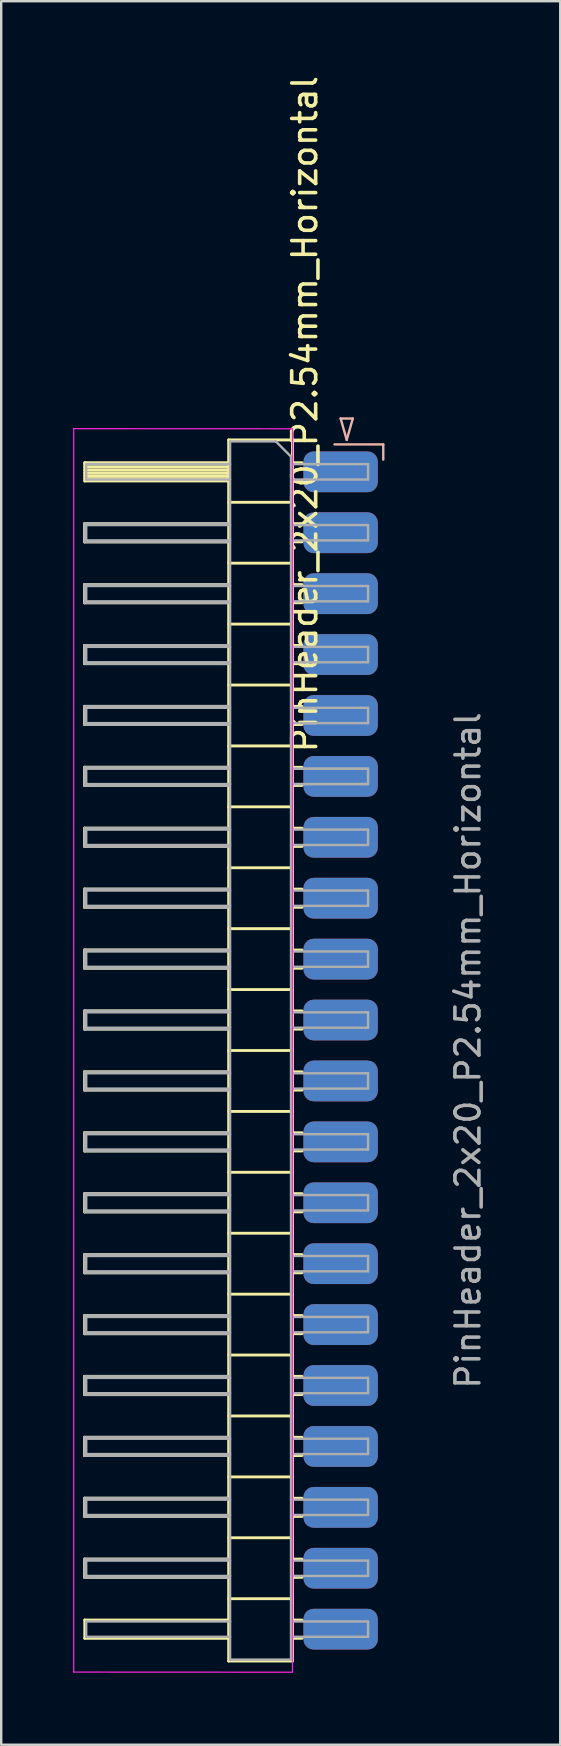
<source format=kicad_pcb>
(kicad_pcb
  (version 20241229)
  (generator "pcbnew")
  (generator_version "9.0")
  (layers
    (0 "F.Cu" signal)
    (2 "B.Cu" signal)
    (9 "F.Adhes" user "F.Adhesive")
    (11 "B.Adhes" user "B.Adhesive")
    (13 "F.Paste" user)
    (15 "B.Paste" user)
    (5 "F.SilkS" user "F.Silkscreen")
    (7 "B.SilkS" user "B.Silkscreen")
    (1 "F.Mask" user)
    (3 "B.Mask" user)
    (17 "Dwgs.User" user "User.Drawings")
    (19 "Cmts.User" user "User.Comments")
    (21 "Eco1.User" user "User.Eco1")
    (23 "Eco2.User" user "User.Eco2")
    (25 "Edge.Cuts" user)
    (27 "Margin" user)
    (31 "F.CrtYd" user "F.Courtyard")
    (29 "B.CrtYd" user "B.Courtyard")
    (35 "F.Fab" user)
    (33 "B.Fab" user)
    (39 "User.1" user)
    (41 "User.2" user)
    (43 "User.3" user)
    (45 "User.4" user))
  (footprint "PinHeader_2x20_P2.54mm_Horizontal"
    (layer "F.Cu")
    (at 11.154 16.625)
    (property "Reference" "PinHeader_2x20_P2.54mm_Horizontal" (at -1.496 -2.405 90) (layer "F.SilkS") (effects (font (size 1 1) (thickness 0.15))))
    (attr through_hole)
    (fp_line (start -10.681 2.161) (end -10.681 2.921) (stroke (width 0.12) (type solid)) (layer "F.SilkS"))
    (fp_line (start -10.681 2.921) (end -4.681 2.921) (stroke (width 0.12) (type solid)) (layer "F.SilkS"))
    (fp_line (start -10.681 4.701) (end -10.681 5.461) (stroke (width 0.12) (type solid)) (layer "F.SilkS"))
    (fp_line (start -10.681 5.461) (end -4.681 5.461) (stroke (width 0.12) (type solid)) (layer "F.SilkS"))
    (fp_line (start -10.681 7.239) (end -10.681 7.999) (stroke (width 0.12) (type solid)) (layer "F.SilkS"))
    (fp_line (start -10.681 7.999) (end -4.681 7.999) (stroke (width 0.12) (type solid)) (layer "F.SilkS"))
    (fp_line (start -10.681 9.779) (end -10.681 10.539) (stroke (width 0.12) (type solid)) (layer "F.SilkS"))
    (fp_line (start -10.681 10.539) (end -4.681 10.539) (stroke (width 0.12) (type solid)) (layer "F.SilkS"))
    (fp_line (start -10.681 12.319) (end -10.681 13.079) (stroke (width 0.12) (type solid)) (layer "F.SilkS"))
    (fp_line (start -10.681 13.079) (end -4.681 13.079) (stroke (width 0.12) (type solid)) (layer "F.SilkS"))
    (fp_line (start -10.681 14.859) (end -10.681 15.619) (stroke (width 0.12) (type solid)) (layer "F.SilkS"))
    (fp_line (start -10.681 15.619) (end -4.681 15.619) (stroke (width 0.12) (type solid)) (layer "F.SilkS"))
    (fp_line (start -10.681 17.399) (end -10.681 18.159) (stroke (width 0.12) (type solid)) (layer "F.SilkS"))
    (fp_line (start -10.681 18.159) (end -4.681 18.159) (stroke (width 0.12) (type solid)) (layer "F.SilkS"))
    (fp_line (start -10.681 19.939) (end -10.681 20.699) (stroke (width 0.12) (type solid)) (layer "F.SilkS"))
    (fp_line (start -10.681 20.699) (end -4.681 20.699) (stroke (width 0.12) (type solid)) (layer "F.SilkS"))
    (fp_line (start -10.681 22.479) (end -10.681 23.239) (stroke (width 0.12) (type solid)) (layer "F.SilkS"))
    (fp_line (start -10.681 23.239) (end -4.681 23.239) (stroke (width 0.12) (type solid)) (layer "F.SilkS"))
    (fp_line (start -10.681 25.019) (end -10.681 25.779) (stroke (width 0.12) (type solid)) (layer "F.SilkS"))
    (fp_line (start -10.681 25.779) (end -4.681 25.779) (stroke (width 0.12) (type solid)) (layer "F.SilkS"))
    (fp_line (start -10.681 27.559) (end -10.681 28.319) (stroke (width 0.12) (type solid)) (layer "F.SilkS"))
    (fp_line (start -10.681 28.319) (end -4.681 28.319) (stroke (width 0.12) (type solid)) (layer "F.SilkS"))
    (fp_line (start -10.681 30.099) (end -10.681 30.859) (stroke (width 0.12) (type solid)) (layer "F.SilkS"))
    (fp_line (start -10.681 30.859) (end -4.681 30.859) (stroke (width 0.12) (type solid)) (layer "F.SilkS"))
    (fp_line (start -10.681 32.639) (end -10.681 33.399) (stroke (width 0.12) (type solid)) (layer "F.SilkS"))
    (fp_line (start -10.681 33.399) (end -4.681 33.399) (stroke (width 0.12) (type solid)) (layer "F.SilkS"))
    (fp_line (start -10.681 35.179) (end -10.681 35.939) (stroke (width 0.12) (type solid)) (layer "F.SilkS"))
    (fp_line (start -10.681 35.939) (end -4.681 35.939) (stroke (width 0.12) (type solid)) (layer "F.SilkS"))
    (fp_line (start -10.681 37.719) (end -10.681 38.479) (stroke (width 0.12) (type solid)) (layer "F.SilkS"))
    (fp_line (start -10.681 38.479) (end -4.681 38.479) (stroke (width 0.12) (type solid)) (layer "F.SilkS"))
    (fp_line (start -10.681 40.259) (end -10.681 41.019) (stroke (width 0.12) (type solid)) (layer "F.SilkS"))
    (fp_line (start -10.681 41.019) (end -4.681 41.019) (stroke (width 0.12) (type solid)) (layer "F.SilkS"))
    (fp_line (start -10.681 42.799) (end -10.681 43.559) (stroke (width 0.12) (type solid)) (layer "F.SilkS"))
    (fp_line (start -10.681 43.559) (end -4.681 43.559) (stroke (width 0.12) (type solid)) (layer "F.SilkS"))
    (fp_line (start -10.681 45.339) (end -10.681 46.099) (stroke (width 0.12) (type solid)) (layer "F.SilkS"))
    (fp_line (start -10.681 46.099) (end -4.681 46.099) (stroke (width 0.12) (type solid)) (layer "F.SilkS"))
    (fp_line (start -10.669 -0.38) (end -10.669 0.38) (stroke (width 0.12) (type solid)) (layer "F.SilkS"))
    (fp_line (start -10.669 0.38) (end -4.669 0.38) (stroke (width 0.12) (type solid)) (layer "F.SilkS"))
    (fp_line (start -10.669 47.88) (end -10.669 48.64) (stroke (width 0.12) (type solid)) (layer "F.SilkS"))
    (fp_line (start -10.669 48.64) (end -4.669 48.64) (stroke (width 0.12) (type solid)) (layer "F.SilkS"))
    (fp_line (start -4.681 2.161) (end -10.681 2.161) (stroke (width 0.12) (type solid)) (layer "F.SilkS"))
    (fp_line (start -4.681 4.701) (end -10.681 4.701) (stroke (width 0.12) (type solid)) (layer "F.SilkS"))
    (fp_line (start -4.681 7.239) (end -10.681 7.239) (stroke (width 0.12) (type solid)) (layer "F.SilkS"))
    (fp_line (start -4.681 9.779) (end -10.681 9.779) (stroke (width 0.12) (type solid)) (layer "F.SilkS"))
    (fp_line (start -4.681 12.319) (end -10.681 12.319) (stroke (width 0.12) (type solid)) (layer "F.SilkS"))
    (fp_line (start -4.681 14.859) (end -10.681 14.859) (stroke (width 0.12) (type solid)) (layer "F.SilkS"))
    (fp_line (start -4.681 17.399) (end -10.681 17.399) (stroke (width 0.12) (type solid)) (layer "F.SilkS"))
    (fp_line (start -4.681 19.939) (end -10.681 19.939) (stroke (width 0.12) (type solid)) (layer "F.SilkS"))
    (fp_line (start -4.681 22.479) (end -10.681 22.479) (stroke (width 0.12) (type solid)) (layer "F.SilkS"))
    (fp_line (start -4.681 25.019) (end -10.681 25.019) (stroke (width 0.12) (type solid)) (layer "F.SilkS"))
    (fp_line (start -4.681 27.559) (end -10.681 27.559) (stroke (width 0.12) (type solid)) (layer "F.SilkS"))
    (fp_line (start -4.681 30.099) (end -10.681 30.099) (stroke (width 0.12) (type solid)) (layer "F.SilkS"))
    (fp_line (start -4.681 32.639) (end -10.681 32.639) (stroke (width 0.12) (type solid)) (layer "F.SilkS"))
    (fp_line (start -4.681 35.179) (end -10.681 35.179) (stroke (width 0.12) (type solid)) (layer "F.SilkS"))
    (fp_line (start -4.681 37.719) (end -10.681 37.719) (stroke (width 0.12) (type solid)) (layer "F.SilkS"))
    (fp_line (start -4.681 40.259) (end -10.681 40.259) (stroke (width 0.12) (type solid)) (layer "F.SilkS"))
    (fp_line (start -4.681 42.799) (end -10.681 42.799) (stroke (width 0.12) (type solid)) (layer "F.SilkS"))
    (fp_line (start -4.681 45.339) (end -10.681 45.339) (stroke (width 0.12) (type solid)) (layer "F.SilkS"))
    (fp_line (start -4.669 -1.33) (end -2.009 -1.33) (stroke (width 0.12) (type solid)) (layer "F.SilkS"))
    (fp_line (start -4.669 -0.38) (end -10.669 -0.38) (stroke (width 0.12) (type solid)) (layer "F.SilkS"))
    (fp_line (start -4.669 -0.32) (end -10.669 -0.32) (stroke (width 0.12) (type solid)) (layer "F.SilkS"))
    (fp_line (start -4.669 -0.2) (end -10.669 -0.2) (stroke (width 0.12) (type solid)) (layer "F.SilkS"))
    (fp_line (start -4.669 -0.08) (end -10.669 -0.08) (stroke (width 0.12) (type solid)) (layer "F.SilkS"))
    (fp_line (start -4.669 0.04) (end -10.669 0.04) (stroke (width 0.12) (type solid)) (layer "F.SilkS"))
    (fp_line (start -4.669 0.16) (end -10.669 0.16) (stroke (width 0.12) (type solid)) (layer "F.SilkS"))
    (fp_line (start -4.669 0.28) (end -10.669 0.28) (stroke (width 0.12) (type solid)) (layer "F.SilkS"))
    (fp_line (start -4.669 47.88) (end -10.669 47.88) (stroke (width 0.12) (type solid)) (layer "F.SilkS"))
    (fp_line (start -4.669 49.59) (end -4.669 -1.33) (stroke (width 0.12) (type solid)) (layer "F.SilkS"))
    (fp_line (start -2.009 -1.33) (end -2.009 49.59) (stroke (width 0.12) (type solid)) (layer "F.SilkS"))
    (fp_line (start -2.009 1.27) (end -4.669 1.27) (stroke (width 0.12) (type solid)) (layer "F.SilkS"))
    (fp_line (start -2.009 3.81) (end -4.669 3.81) (stroke (width 0.12) (type solid)) (layer "F.SilkS"))
    (fp_line (start -2.009 6.35) (end -4.669 6.35) (stroke (width 0.12) (type solid)) (layer "F.SilkS"))
    (fp_line (start -2.009 8.89) (end -4.669 8.89) (stroke (width 0.12) (type solid)) (layer "F.SilkS"))
    (fp_line (start -2.009 11.43) (end -4.669 11.43) (stroke (width 0.12) (type solid)) (layer "F.SilkS"))
    (fp_line (start -2.009 13.97) (end -4.669 13.97) (stroke (width 0.12) (type solid)) (layer "F.SilkS"))
    (fp_line (start -2.009 16.51) (end -4.669 16.51) (stroke (width 0.12) (type solid)) (layer "F.SilkS"))
    (fp_line (start -2.009 19.05) (end -4.669 19.05) (stroke (width 0.12) (type solid)) (layer "F.SilkS"))
    (fp_line (start -2.009 21.59) (end -4.669 21.59) (stroke (width 0.12) (type solid)) (layer "F.SilkS"))
    (fp_line (start -2.009 24.13) (end -4.669 24.13) (stroke (width 0.12) (type solid)) (layer "F.SilkS"))
    (fp_line (start -2.009 26.67) (end -4.669 26.67) (stroke (width 0.12) (type solid)) (layer "F.SilkS"))
    (fp_line (start -2.009 29.21) (end -4.669 29.21) (stroke (width 0.12) (type solid)) (layer "F.SilkS"))
    (fp_line (start -2.009 31.75) (end -4.669 31.75) (stroke (width 0.12) (type solid)) (layer "F.SilkS"))
    (fp_line (start -2.009 34.29) (end -4.669 34.29) (stroke (width 0.12) (type solid)) (layer "F.SilkS"))
    (fp_line (start -2.009 36.83) (end -4.669 36.83) (stroke (width 0.12) (type solid)) (layer "F.SilkS"))
    (fp_line (start -2.009 39.37) (end -4.669 39.37) (stroke (width 0.12) (type solid)) (layer "F.SilkS"))
    (fp_line (start -2.009 41.91) (end -4.669 41.91) (stroke (width 0.12) (type solid)) (layer "F.SilkS"))
    (fp_line (start -2.009 44.45) (end -4.669 44.45) (stroke (width 0.12) (type solid)) (layer "F.SilkS"))
    (fp_line (start -2.009 46.99) (end -4.669 46.99) (stroke (width 0.12) (type solid)) (layer "F.SilkS"))
    (fp_line (start -2.009 49.59) (end -4.669 49.59) (stroke (width 0.12) (type solid)) (layer "F.SilkS"))
    (fp_line (start -1.612 -0.38) (end -2.009 -0.38) (stroke (width 0.12) (type solid)) (layer "F.SilkS"))
    (fp_line (start -1.612 0.38) (end -2.009 0.38) (stroke (width 0.12) (type solid)) (layer "F.SilkS"))
    (fp_line (start -1.612 2.16) (end -2.009 2.16) (stroke (width 0.12) (type solid)) (layer "F.SilkS"))
    (fp_line (start -1.612 2.92) (end -2.009 2.92) (stroke (width 0.12) (type solid)) (layer "F.SilkS"))
    (fp_line (start -1.612 4.7) (end -2.009 4.7) (stroke (width 0.12) (type solid)) (layer "F.SilkS"))
    (fp_line (start -1.612 5.46) (end -2.009 5.46) (stroke (width 0.12) (type solid)) (layer "F.SilkS"))
    (fp_line (start -1.612 7.24) (end -2.009 7.24) (stroke (width 0.12) (type solid)) (layer "F.SilkS"))
    (fp_line (start -1.612 8) (end -2.009 8) (stroke (width 0.12) (type solid)) (layer "F.SilkS"))
    (fp_line (start -1.612 9.78) (end -2.009 9.78) (stroke (width 0.12) (type solid)) (layer "F.SilkS"))
    (fp_line (start -1.612 10.54) (end -2.009 10.54) (stroke (width 0.12) (type solid)) (layer "F.SilkS"))
    (fp_line (start -1.612 12.32) (end -2.009 12.32) (stroke (width 0.12) (type solid)) (layer "F.SilkS"))
    (fp_line (start -1.612 13.08) (end -2.009 13.08) (stroke (width 0.12) (type solid)) (layer "F.SilkS"))
    (fp_line (start -1.612 14.86) (end -2.009 14.86) (stroke (width 0.12) (type solid)) (layer "F.SilkS"))
    (fp_line (start -1.612 15.62) (end -2.009 15.62) (stroke (width 0.12) (type solid)) (layer "F.SilkS"))
    (fp_line (start -1.612 17.4) (end -2.009 17.4) (stroke (width 0.12) (type solid)) (layer "F.SilkS"))
    (fp_line (start -1.612 18.16) (end -2.009 18.16) (stroke (width 0.12) (type solid)) (layer "F.SilkS"))
    (fp_line (start -1.612 19.94) (end -2.009 19.94) (stroke (width 0.12) (type solid)) (layer "F.SilkS"))
    (fp_line (start -1.612 20.7) (end -2.009 20.7) (stroke (width 0.12) (type solid)) (layer "F.SilkS"))
    (fp_line (start -1.612 22.48) (end -2.009 22.48) (stroke (width 0.12) (type solid)) (layer "F.SilkS"))
    (fp_line (start -1.612 23.24) (end -2.009 23.24) (stroke (width 0.12) (type solid)) (layer "F.SilkS"))
    (fp_line (start -1.612 25.02) (end -2.009 25.02) (stroke (width 0.12) (type solid)) (layer "F.SilkS"))
    (fp_line (start -1.612 25.78) (end -2.009 25.78) (stroke (width 0.12) (type solid)) (layer "F.SilkS"))
    (fp_line (start -1.612 27.56) (end -2.009 27.56) (stroke (width 0.12) (type solid)) (layer "F.SilkS"))
    (fp_line (start -1.612 28.32) (end -2.009 28.32) (stroke (width 0.12) (type solid)) (layer "F.SilkS"))
    (fp_line (start -1.612 30.1) (end -2.009 30.1) (stroke (width 0.12) (type solid)) (layer "F.SilkS"))
    (fp_line (start -1.612 30.86) (end -2.009 30.86) (stroke (width 0.12) (type solid)) (layer "F.SilkS"))
    (fp_line (start -1.612 32.64) (end -2.009 32.64) (stroke (width 0.12) (type solid)) (layer "F.SilkS"))
    (fp_line (start -1.612 33.4) (end -2.009 33.4) (stroke (width 0.12) (type solid)) (layer "F.SilkS"))
    (fp_line (start -1.612 35.18) (end -2.009 35.18) (stroke (width 0.12) (type solid)) (layer "F.SilkS"))
    (fp_line (start -1.612 35.94) (end -2.009 35.94) (stroke (width 0.12) (type solid)) (layer "F.SilkS"))
    (fp_line (start -1.612 37.72) (end -2.009 37.72) (stroke (width 0.12) (type solid)) (layer "F.SilkS"))
    (fp_line (start -1.612 38.48) (end -2.009 38.48) (stroke (width 0.12) (type solid)) (layer "F.SilkS"))
    (fp_line (start -1.612 40.26) (end -2.009 40.26) (stroke (width 0.12) (type solid)) (layer "F.SilkS"))
    (fp_line (start -1.612 41.02) (end -2.009 41.02) (stroke (width 0.12) (type solid)) (layer "F.SilkS"))
    (fp_line (start -1.612 42.8) (end -2.009 42.8) (stroke (width 0.12) (type solid)) (layer "F.SilkS"))
    (fp_line (start -1.612 43.56) (end -2.009 43.56) (stroke (width 0.12) (type solid)) (layer "F.SilkS"))
    (fp_line (start -1.612 45.34) (end -2.009 45.34) (stroke (width 0.12) (type solid)) (layer "F.SilkS"))
    (fp_line (start -1.612 46.1) (end -2.009 46.1) (stroke (width 0.12) (type solid)) (layer "F.SilkS"))
    (fp_line (start -1.612 47.88) (end -2.009 47.88) (stroke (width 0.12) (type solid)) (layer "F.SilkS"))
    (fp_line (start -1.612 48.64) (end -2.009 48.64) (stroke (width 0.12) (type solid)) (layer "F.SilkS"))
    (fp_line (start -0.254 -1.143) (end 1.778 -1.143) (stroke (width 0.1) (type default)) (layer "B.SilkS"))
    (fp_line (start 0 -2.223) (end 0.508 -2.223) (stroke (width 0.1) (type default)) (layer "B.SilkS"))
    (fp_line (start 0.254 -1.333) (end 0 -2.223) (stroke (width 0.1) (type default)) (layer "B.SilkS"))
    (fp_line (start 0.508 -2.223) (end 0.254 -1.333) (stroke (width 0.1) (type default)) (layer "B.SilkS"))
    (fp_line (start 1.778 -1.143) (end 1.778 -0.508) (stroke (width 0.1) (type default)) (layer "B.SilkS"))
    (fp_line (start -11.129 -1.8) (end -2.009 -1.795) (stroke (width 0.05) (type solid)) (layer "F.CrtYd"))
    (fp_line (start -11.129 50.05) (end -11.129 -1.8) (stroke (width 0.05) (type solid)) (layer "F.CrtYd"))
    (fp_line (start -2.009 -1.795) (end -2.009 50.055) (stroke (width 0.05) (type solid)) (layer "F.CrtYd"))
    (fp_line (start -2.009 50.055) (end -11.129 50.05) (stroke (width 0.05) (type solid)) (layer "F.CrtYd"))
    (fp_line (start -10.669 2.16) (end -10.669 2.92) (stroke (width 0.12) (type solid)) (layer "F.Fab"))
    (fp_line (start -10.669 2.92) (end -4.669 2.92) (stroke (width 0.12) (type solid)) (layer "F.Fab"))
    (fp_line (start -10.669 4.7) (end -10.669 5.46) (stroke (width 0.12) (type solid)) (layer "F.Fab"))
    (fp_line (start -10.669 5.46) (end -4.669 5.46) (stroke (width 0.12) (type solid)) (layer "F.Fab"))
    (fp_line (start -10.669 7.24) (end -10.669 8) (stroke (width 0.12) (type solid)) (layer "F.Fab"))
    (fp_line (start -10.669 8) (end -4.669 8) (stroke (width 0.12) (type solid)) (layer "F.Fab"))
    (fp_line (start -10.669 9.78) (end -10.669 10.54) (stroke (width 0.12) (type solid)) (layer "F.Fab"))
    (fp_line (start -10.669 10.54) (end -4.669 10.54) (stroke (width 0.12) (type solid)) (layer "F.Fab"))
    (fp_line (start -10.669 12.32) (end -10.669 13.08) (stroke (width 0.12) (type solid)) (layer "F.Fab"))
    (fp_line (start -10.669 13.08) (end -4.669 13.08) (stroke (width 0.12) (type solid)) (layer "F.Fab"))
    (fp_line (start -10.669 14.86) (end -10.669 15.62) (stroke (width 0.12) (type solid)) (layer "F.Fab"))
    (fp_line (start -10.669 15.62) (end -4.669 15.62) (stroke (width 0.12) (type solid)) (layer "F.Fab"))
    (fp_line (start -10.669 17.4) (end -10.669 18.16) (stroke (width 0.12) (type solid)) (layer "F.Fab"))
    (fp_line (start -10.669 18.16) (end -4.669 18.16) (stroke (width 0.12) (type solid)) (layer "F.Fab"))
    (fp_line (start -10.669 19.94) (end -10.669 20.7) (stroke (width 0.12) (type solid)) (layer "F.Fab"))
    (fp_line (start -10.669 20.7) (end -4.669 20.7) (stroke (width 0.12) (type solid)) (layer "F.Fab"))
    (fp_line (start -10.669 22.48) (end -10.669 23.24) (stroke (width 0.12) (type solid)) (layer "F.Fab"))
    (fp_line (start -10.669 23.24) (end -4.669 23.24) (stroke (width 0.12) (type solid)) (layer "F.Fab"))
    (fp_line (start -10.669 25.02) (end -10.669 25.78) (stroke (width 0.12) (type solid)) (layer "F.Fab"))
    (fp_line (start -10.669 25.78) (end -4.669 25.78) (stroke (width 0.12) (type solid)) (layer "F.Fab"))
    (fp_line (start -10.669 27.56) (end -10.669 28.32) (stroke (width 0.12) (type solid)) (layer "F.Fab"))
    (fp_line (start -10.669 28.32) (end -4.669 28.32) (stroke (width 0.12) (type solid)) (layer "F.Fab"))
    (fp_line (start -10.669 30.1) (end -10.669 30.86) (stroke (width 0.12) (type solid)) (layer "F.Fab"))
    (fp_line (start -10.669 30.86) (end -4.669 30.86) (stroke (width 0.12) (type solid)) (layer "F.Fab"))
    (fp_line (start -10.669 32.64) (end -10.669 33.4) (stroke (width 0.12) (type solid)) (layer "F.Fab"))
    (fp_line (start -10.669 33.4) (end -4.669 33.4) (stroke (width 0.12) (type solid)) (layer "F.Fab"))
    (fp_line (start -10.669 35.18) (end -10.669 35.94) (stroke (width 0.12) (type solid)) (layer "F.Fab"))
    (fp_line (start -10.669 35.94) (end -4.669 35.94) (stroke (width 0.12) (type solid)) (layer "F.Fab"))
    (fp_line (start -10.669 37.72) (end -10.669 38.48) (stroke (width 0.12) (type solid)) (layer "F.Fab"))
    (fp_line (start -10.669 38.48) (end -4.669 38.48) (stroke (width 0.12) (type solid)) (layer "F.Fab"))
    (fp_line (start -10.669 40.26) (end -10.669 41.02) (stroke (width 0.12) (type solid)) (layer "F.Fab"))
    (fp_line (start -10.669 41.02) (end -4.669 41.02) (stroke (width 0.12) (type solid)) (layer "F.Fab"))
    (fp_line (start -10.669 42.8) (end -10.669 43.56) (stroke (width 0.12) (type solid)) (layer "F.Fab"))
    (fp_line (start -10.669 43.56) (end -4.669 43.56) (stroke (width 0.12) (type solid)) (layer "F.Fab"))
    (fp_line (start -10.669 45.34) (end -10.669 46.1) (stroke (width 0.12) (type solid)) (layer "F.Fab"))
    (fp_line (start -10.669 46.1) (end -4.669 46.1) (stroke (width 0.12) (type solid)) (layer "F.Fab"))
    (fp_line (start -10.609 -0.32) (end -10.609 0.32) (stroke (width 0.1) (type solid)) (layer "F.Fab"))
    (fp_line (start -10.609 2.22) (end -10.609 2.86) (stroke (width 0.1) (type solid)) (layer "F.Fab"))
    (fp_line (start -10.609 4.76) (end -10.609 5.4) (stroke (width 0.1) (type solid)) (layer "F.Fab"))
    (fp_line (start -10.609 7.3) (end -10.609 7.94) (stroke (width 0.1) (type solid)) (layer "F.Fab"))
    (fp_line (start -10.609 9.84) (end -10.609 10.48) (stroke (width 0.1) (type solid)) (layer "F.Fab"))
    (fp_line (start -10.609 12.38) (end -10.609 13.02) (stroke (width 0.1) (type solid)) (layer "F.Fab"))
    (fp_line (start -10.609 14.92) (end -10.609 15.56) (stroke (width 0.1) (type solid)) (layer "F.Fab"))
    (fp_line (start -10.609 17.46) (end -10.609 18.1) (stroke (width 0.1) (type solid)) (layer "F.Fab"))
    (fp_line (start -10.609 20) (end -10.609 20.64) (stroke (width 0.1) (type solid)) (layer "F.Fab"))
    (fp_line (start -10.609 22.54) (end -10.609 23.18) (stroke (width 0.1) (type solid)) (layer "F.Fab"))
    (fp_line (start -10.609 25.08) (end -10.609 25.72) (stroke (width 0.1) (type solid)) (layer "F.Fab"))
    (fp_line (start -10.609 27.62) (end -10.609 28.26) (stroke (width 0.1) (type solid)) (layer "F.Fab"))
    (fp_line (start -10.609 30.16) (end -10.609 30.8) (stroke (width 0.1) (type solid)) (layer "F.Fab"))
    (fp_line (start -10.609 32.7) (end -10.609 33.34) (stroke (width 0.1) (type solid)) (layer "F.Fab"))
    (fp_line (start -10.609 35.24) (end -10.609 35.88) (stroke (width 0.1) (type solid)) (layer "F.Fab"))
    (fp_line (start -10.609 37.78) (end -10.609 38.42) (stroke (width 0.1) (type solid)) (layer "F.Fab"))
    (fp_line (start -10.609 40.32) (end -10.609 40.96) (stroke (width 0.1) (type solid)) (layer "F.Fab"))
    (fp_line (start -10.609 42.86) (end -10.609 43.5) (stroke (width 0.1) (type solid)) (layer "F.Fab"))
    (fp_line (start -10.609 45.4) (end -10.609 46.04) (stroke (width 0.1) (type solid)) (layer "F.Fab"))
    (fp_line (start -10.609 47.94) (end -10.609 48.58) (stroke (width 0.1) (type solid)) (layer "F.Fab"))
    (fp_line (start -4.669 2.16) (end -10.669 2.16) (stroke (width 0.12) (type solid)) (layer "F.Fab"))
    (fp_line (start -4.669 4.7) (end -10.669 4.7) (stroke (width 0.12) (type solid)) (layer "F.Fab"))
    (fp_line (start -4.669 7.24) (end -10.669 7.24) (stroke (width 0.12) (type solid)) (layer "F.Fab"))
    (fp_line (start -4.669 9.78) (end -10.669 9.78) (stroke (width 0.12) (type solid)) (layer "F.Fab"))
    (fp_line (start -4.669 12.32) (end -10.669 12.32) (stroke (width 0.12) (type solid)) (layer "F.Fab"))
    (fp_line (start -4.669 14.86) (end -10.669 14.86) (stroke (width 0.12) (type solid)) (layer "F.Fab"))
    (fp_line (start -4.669 17.4) (end -10.669 17.4) (stroke (width 0.12) (type solid)) (layer "F.Fab"))
    (fp_line (start -4.669 19.94) (end -10.669 19.94) (stroke (width 0.12) (type solid)) (layer "F.Fab"))
    (fp_line (start -4.669 22.48) (end -10.669 22.48) (stroke (width 0.12) (type solid)) (layer "F.Fab"))
    (fp_line (start -4.669 25.02) (end -10.669 25.02) (stroke (width 0.12) (type solid)) (layer "F.Fab"))
    (fp_line (start -4.669 27.56) (end -10.669 27.56) (stroke (width 0.12) (type solid)) (layer "F.Fab"))
    (fp_line (start -4.669 30.1) (end -10.669 30.1) (stroke (width 0.12) (type solid)) (layer "F.Fab"))
    (fp_line (start -4.669 32.64) (end -10.669 32.64) (stroke (width 0.12) (type solid)) (layer "F.Fab"))
    (fp_line (start -4.669 35.18) (end -10.669 35.18) (stroke (width 0.12) (type solid)) (layer "F.Fab"))
    (fp_line (start -4.669 37.72) (end -10.669 37.72) (stroke (width 0.12) (type solid)) (layer "F.Fab"))
    (fp_line (start -4.669 40.26) (end -10.669 40.26) (stroke (width 0.12) (type solid)) (layer "F.Fab"))
    (fp_line (start -4.669 42.8) (end -10.669 42.8) (stroke (width 0.12) (type solid)) (layer "F.Fab"))
    (fp_line (start -4.669 45.34) (end -10.669 45.34) (stroke (width 0.12) (type solid)) (layer "F.Fab"))
    (fp_line (start -4.609 -1.27) (end -4.609 49.53) (stroke (width 0.1) (type solid)) (layer "F.Fab"))
    (fp_line (start -4.609 -0.32) (end -10.609 -0.32) (stroke (width 0.1) (type solid)) (layer "F.Fab"))
    (fp_line (start -4.609 0.32) (end -10.609 0.32) (stroke (width 0.1) (type solid)) (layer "F.Fab"))
    (fp_line (start -4.609 2.22) (end -10.609 2.22) (stroke (width 0.1) (type solid)) (layer "F.Fab"))
    (fp_line (start -4.609 2.86) (end -10.609 2.86) (stroke (width 0.1) (type solid)) (layer "F.Fab"))
    (fp_line (start -4.609 4.76) (end -10.609 4.76) (stroke (width 0.1) (type solid)) (layer "F.Fab"))
    (fp_line (start -4.609 5.4) (end -10.609 5.4) (stroke (width 0.1) (type solid)) (layer "F.Fab"))
    (fp_line (start -4.609 7.3) (end -10.609 7.3) (stroke (width 0.1) (type solid)) (layer "F.Fab"))
    (fp_line (start -4.609 7.94) (end -10.609 7.94) (stroke (width 0.1) (type solid)) (layer "F.Fab"))
    (fp_line (start -4.609 9.84) (end -10.609 9.84) (stroke (width 0.1) (type solid)) (layer "F.Fab"))
    (fp_line (start -4.609 10.48) (end -10.609 10.48) (stroke (width 0.1) (type solid)) (layer "F.Fab"))
    (fp_line (start -4.609 12.38) (end -10.609 12.38) (stroke (width 0.1) (type solid)) (layer "F.Fab"))
    (fp_line (start -4.609 13.02) (end -10.609 13.02) (stroke (width 0.1) (type solid)) (layer "F.Fab"))
    (fp_line (start -4.609 14.92) (end -10.609 14.92) (stroke (width 0.1) (type solid)) (layer "F.Fab"))
    (fp_line (start -4.609 15.56) (end -10.609 15.56) (stroke (width 0.1) (type solid)) (layer "F.Fab"))
    (fp_line (start -4.609 17.46) (end -10.609 17.46) (stroke (width 0.1) (type solid)) (layer "F.Fab"))
    (fp_line (start -4.609 18.1) (end -10.609 18.1) (stroke (width 0.1) (type solid)) (layer "F.Fab"))
    (fp_line (start -4.609 20) (end -10.609 20) (stroke (width 0.1) (type solid)) (layer "F.Fab"))
    (fp_line (start -4.609 20.64) (end -10.609 20.64) (stroke (width 0.1) (type solid)) (layer "F.Fab"))
    (fp_line (start -4.609 22.54) (end -10.609 22.54) (stroke (width 0.1) (type solid)) (layer "F.Fab"))
    (fp_line (start -4.609 23.18) (end -10.609 23.18) (stroke (width 0.1) (type solid)) (layer "F.Fab"))
    (fp_line (start -4.609 25.08) (end -10.609 25.08) (stroke (width 0.1) (type solid)) (layer "F.Fab"))
    (fp_line (start -4.609 25.72) (end -10.609 25.72) (stroke (width 0.1) (type solid)) (layer "F.Fab"))
    (fp_line (start -4.609 27.62) (end -10.609 27.62) (stroke (width 0.1) (type solid)) (layer "F.Fab"))
    (fp_line (start -4.609 28.26) (end -10.609 28.26) (stroke (width 0.1) (type solid)) (layer "F.Fab"))
    (fp_line (start -4.609 30.16) (end -10.609 30.16) (stroke (width 0.1) (type solid)) (layer "F.Fab"))
    (fp_line (start -4.609 30.8) (end -10.609 30.8) (stroke (width 0.1) (type solid)) (layer "F.Fab"))
    (fp_line (start -4.609 32.7) (end -10.609 32.7) (stroke (width 0.1) (type solid)) (layer "F.Fab"))
    (fp_line (start -4.609 33.34) (end -10.609 33.34) (stroke (width 0.1) (type solid)) (layer "F.Fab"))
    (fp_line (start -4.609 35.24) (end -10.609 35.24) (stroke (width 0.1) (type solid)) (layer "F.Fab"))
    (fp_line (start -4.609 35.88) (end -10.609 35.88) (stroke (width 0.1) (type solid)) (layer "F.Fab"))
    (fp_line (start -4.609 37.78) (end -10.609 37.78) (stroke (width 0.1) (type solid)) (layer "F.Fab"))
    (fp_line (start -4.609 38.42) (end -10.609 38.42) (stroke (width 0.1) (type solid)) (layer "F.Fab"))
    (fp_line (start -4.609 40.32) (end -10.609 40.32) (stroke (width 0.1) (type solid)) (layer "F.Fab"))
    (fp_line (start -4.609 40.96) (end -10.609 40.96) (stroke (width 0.1) (type solid)) (layer "F.Fab"))
    (fp_line (start -4.609 42.86) (end -10.609 42.86) (stroke (width 0.1) (type solid)) (layer "F.Fab"))
    (fp_line (start -4.609 43.5) (end -10.609 43.5) (stroke (width 0.1) (type solid)) (layer "F.Fab"))
    (fp_line (start -4.609 45.4) (end -10.609 45.4) (stroke (width 0.1) (type solid)) (layer "F.Fab"))
    (fp_line (start -4.609 46.04) (end -10.609 46.04) (stroke (width 0.1) (type solid)) (layer "F.Fab"))
    (fp_line (start -4.609 47.94) (end -10.609 47.94) (stroke (width 0.1) (type solid)) (layer "F.Fab"))
    (fp_line (start -4.609 48.58) (end -10.609 48.58) (stroke (width 0.1) (type solid)) (layer "F.Fab"))
    (fp_line (start -4.609 49.53) (end -2.069 49.53) (stroke (width 0.1) (type solid)) (layer "F.Fab"))
    (fp_line (start -2.704 -1.27) (end -4.609 -1.27) (stroke (width 0.1) (type solid)) (layer "F.Fab"))
    (fp_line (start -2.069 -0.635) (end -2.704 -1.27) (stroke (width 0.1) (type solid)) (layer "F.Fab"))
    (fp_line (start -2.069 49.53) (end -2.069 -0.635) (stroke (width 0.1) (type solid)) (layer "F.Fab"))
    (fp_line (start 1.143 -0.32) (end -1.966 -0.32) (stroke (width 0.1) (type solid)) (layer "F.Fab"))
    (fp_line (start 1.143 -0.32) (end 1.143 0.32) (stroke (width 0.1) (type solid)) (layer "F.Fab"))
    (fp_line (start 1.143 0.32) (end -1.966 0.32) (stroke (width 0.1) (type solid)) (layer "F.Fab"))
    (fp_line (start 1.143 2.22) (end -1.966 2.22) (stroke (width 0.1) (type solid)) (layer "F.Fab"))
    (fp_line (start 1.143 2.22) (end 1.143 2.86) (stroke (width 0.1) (type solid)) (layer "F.Fab"))
    (fp_line (start 1.143 2.86) (end -1.966 2.86) (stroke (width 0.1) (type solid)) (layer "F.Fab"))
    (fp_line (start 1.143 4.76) (end -1.966 4.76) (stroke (width 0.1) (type solid)) (layer "F.Fab"))
    (fp_line (start 1.143 4.76) (end 1.143 5.4) (stroke (width 0.1) (type solid)) (layer "F.Fab"))
    (fp_line (start 1.143 5.4) (end -1.966 5.4) (stroke (width 0.1) (type solid)) (layer "F.Fab"))
    (fp_line (start 1.143 7.3) (end -1.966 7.3) (stroke (width 0.1) (type solid)) (layer "F.Fab"))
    (fp_line (start 1.143 7.3) (end 1.143 7.94) (stroke (width 0.1) (type solid)) (layer "F.Fab"))
    (fp_line (start 1.143 7.94) (end -1.966 7.94) (stroke (width 0.1) (type solid)) (layer "F.Fab"))
    (fp_line (start 1.143 9.84) (end -1.966 9.84) (stroke (width 0.1) (type solid)) (layer "F.Fab"))
    (fp_line (start 1.143 9.84) (end 1.143 10.48) (stroke (width 0.1) (type solid)) (layer "F.Fab"))
    (fp_line (start 1.143 10.48) (end -1.966 10.48) (stroke (width 0.1) (type solid)) (layer "F.Fab"))
    (fp_line (start 1.143 12.38) (end -1.966 12.38) (stroke (width 0.1) (type solid)) (layer "F.Fab"))
    (fp_line (start 1.143 12.38) (end -1.966 12.38) (stroke (width 0.1) (type solid)) (layer "F.Fab"))
    (fp_line (start 1.143 12.38) (end 1.143 13.02) (stroke (width 0.1) (type solid)) (layer "F.Fab"))
    (fp_line (start 1.143 13.02) (end -1.966 13.02) (stroke (width 0.1) (type solid)) (layer "F.Fab"))
    (fp_line (start 1.143 13.02) (end -1.966 13.02) (stroke (width 0.1) (type solid)) (layer "F.Fab"))
    (fp_line (start 1.143 14.92) (end -1.966 14.92) (stroke (width 0.1) (type solid)) (layer "F.Fab"))
    (fp_line (start 1.143 14.92) (end 1.143 15.56) (stroke (width 0.1) (type solid)) (layer "F.Fab"))
    (fp_line (start 1.143 15.56) (end -1.966 15.56) (stroke (width 0.1) (type solid)) (layer "F.Fab"))
    (fp_line (start 1.143 17.46) (end -1.966 17.46) (stroke (width 0.1) (type solid)) (layer "F.Fab"))
    (fp_line (start 1.143 17.46) (end 1.143 18.1) (stroke (width 0.1) (type solid)) (layer "F.Fab"))
    (fp_line (start 1.143 18.1) (end -1.966 18.1) (stroke (width 0.1) (type solid)) (layer "F.Fab"))
    (fp_line (start 1.143 20) (end -1.966 20) (stroke (width 0.1) (type solid)) (layer "F.Fab"))
    (fp_line (start 1.143 20) (end 1.143 20.64) (stroke (width 0.1) (type solid)) (layer "F.Fab"))
    (fp_line (start 1.143 20.64) (end -1.966 20.64) (stroke (width 0.1) (type solid)) (layer "F.Fab"))
    (fp_line (start 1.143 22.54) (end -1.966 22.54) (stroke (width 0.1) (type solid)) (layer "F.Fab"))
    (fp_line (start 1.143 22.54) (end 1.143 23.18) (stroke (width 0.1) (type solid)) (layer "F.Fab"))
    (fp_line (start 1.143 23.18) (end -1.966 23.18) (stroke (width 0.1) (type solid)) (layer "F.Fab"))
    (fp_line (start 1.143 25.08) (end -1.966 25.08) (stroke (width 0.1) (type solid)) (layer "F.Fab"))
    (fp_line (start 1.143 25.08) (end 1.143 25.72) (stroke (width 0.1) (type solid)) (layer "F.Fab"))
    (fp_line (start 1.143 25.72) (end -1.966 25.72) (stroke (width 0.1) (type solid)) (layer "F.Fab"))
    (fp_line (start 1.143 27.62) (end -1.966 27.62) (stroke (width 0.1) (type solid)) (layer "F.Fab"))
    (fp_line (start 1.143 27.62) (end 1.143 28.26) (stroke (width 0.1) (type solid)) (layer "F.Fab"))
    (fp_line (start 1.143 28.26) (end -1.966 28.26) (stroke (width 0.1) (type solid)) (layer "F.Fab"))
    (fp_line (start 1.143 30.16) (end -1.966 30.16) (stroke (width 0.1) (type solid)) (layer "F.Fab"))
    (fp_line (start 1.143 30.16) (end 1.143 30.8) (stroke (width 0.1) (type solid)) (layer "F.Fab"))
    (fp_line (start 1.143 30.8) (end -1.966 30.8) (stroke (width 0.1) (type solid)) (layer "F.Fab"))
    (fp_line (start 1.143 32.7) (end -1.966 32.7) (stroke (width 0.1) (type solid)) (layer "F.Fab"))
    (fp_line (start 1.143 32.7) (end 1.143 33.34) (stroke (width 0.1) (type solid)) (layer "F.Fab"))
    (fp_line (start 1.143 33.34) (end -1.966 33.34) (stroke (width 0.1) (type solid)) (layer "F.Fab"))
    (fp_line (start 1.143 35.24) (end -1.966 35.24) (stroke (width 0.1) (type solid)) (layer "F.Fab"))
    (fp_line (start 1.143 35.24) (end 1.143 35.88) (stroke (width 0.1) (type solid)) (layer "F.Fab"))
    (fp_line (start 1.143 35.88) (end -1.966 35.88) (stroke (width 0.1) (type solid)) (layer "F.Fab"))
    (fp_line (start 1.143 37.78) (end -1.966 37.78) (stroke (width 0.1) (type solid)) (layer "F.Fab"))
    (fp_line (start 1.143 37.78) (end 1.143 38.42) (stroke (width 0.1) (type solid)) (layer "F.Fab"))
    (fp_line (start 1.143 38.42) (end -1.966 38.42) (stroke (width 0.1) (type solid)) (layer "F.Fab"))
    (fp_line (start 1.143 40.32) (end -1.966 40.32) (stroke (width 0.1) (type solid)) (layer "F.Fab"))
    (fp_line (start 1.143 40.32) (end 1.143 40.96) (stroke (width 0.1) (type solid)) (layer "F.Fab"))
    (fp_line (start 1.143 40.96) (end -1.966 40.96) (stroke (width 0.1) (type solid)) (layer "F.Fab"))
    (fp_line (start 1.143 42.86) (end -1.966 42.86) (stroke (width 0.1) (type solid)) (layer "F.Fab"))
    (fp_line (start 1.143 42.86) (end 1.143 43.5) (stroke (width 0.1) (type solid)) (layer "F.Fab"))
    (fp_line (start 1.143 43.5) (end -1.966 43.5) (stroke (width 0.1) (type solid)) (layer "F.Fab"))
    (fp_line (start 1.143 45.4) (end -1.966 45.4) (stroke (width 0.1) (type solid)) (layer "F.Fab"))
    (fp_line (start 1.143 45.4) (end 1.143 46.04) (stroke (width 0.1) (type solid)) (layer "F.Fab"))
    (fp_line (start 1.143 46.04) (end -1.966 46.04) (stroke (width 0.1) (type solid)) (layer "F.Fab"))
    (fp_line (start 1.143 47.94) (end -1.966 47.94) (stroke (width 0.1) (type solid)) (layer "F.Fab"))
    (fp_line (start 1.143 47.94) (end 1.143 48.58) (stroke (width 0.1) (type solid)) (layer "F.Fab"))
    (fp_line (start 1.143 48.58) (end -1.966 48.58) (stroke (width 0.1) (type solid)) (layer "F.Fab"))
    (fp_text user "${REFERENCE}" (at 5.31 24.13 90) (layer "F.Fab") (effects (font (size 1 1) (thickness 0.15))))
    (pad "1" connect roundrect (at 0 0) (size 3.1 1.7) (layers "*.Mask" "B.Cu") (roundrect_rratio 0.25))
    (pad "2" connect roundrect (at 0 0) (size 3.1 1.7) (layers "*.Mask" "F.Cu") (roundrect_rratio 0.25))
    (pad "3" connect roundrect (at 0 2.54) (size 3.1 1.7) (layers "*.Mask" "B.Cu") (roundrect_rratio 0.25))
    (pad "4" connect roundrect (at 0 2.54) (size 3.1 1.7) (layers "*.Mask" "F.Cu") (roundrect_rratio 0.25))
    (pad "5" connect roundrect (at 0 5.08) (size 3.1 1.7) (layers "*.Mask" "B.Cu") (roundrect_rratio 0.25))
    (pad "6" connect roundrect (at 0 5.08) (size 3.1 1.7) (layers "*.Mask" "F.Cu") (roundrect_rratio 0.25))
    (pad "7" connect roundrect (at 0 7.62) (size 3.1 1.7) (layers "*.Mask" "B.Cu") (roundrect_rratio 0.25))
    (pad "8" connect roundrect (at 0 7.62) (size 3.1 1.7) (layers "*.Mask" "F.Cu") (roundrect_rratio 0.25))
    (pad "9" connect roundrect (at 0 10.16) (size 3.1 1.7) (layers "*.Mask" "B.Cu") (roundrect_rratio 0.25))
    (pad "10" connect roundrect (at 0 10.16) (size 3.1 1.7) (layers "*.Mask" "F.Cu") (roundrect_rratio 0.25))
    (pad "11" connect roundrect (at 0 12.7) (size 3.1 1.7) (layers "*.Mask" "B.Cu") (roundrect_rratio 0.25))
    (pad "12" connect roundrect (at 0 12.7) (size 3.1 1.7) (layers "*.Mask" "F.Cu") (roundrect_rratio 0.25))
    (pad "13" connect roundrect (at 0 15.24) (size 3.1 1.7) (layers "*.Mask" "B.Cu") (roundrect_rratio 0.25))
    (pad "14" connect roundrect (at 0 15.24) (size 3.1 1.7) (layers "*.Mask" "F.Cu") (roundrect_rratio 0.25))
    (pad "15" connect roundrect (at 0 17.78) (size 3.1 1.7) (layers "*.Mask" "B.Cu") (roundrect_rratio 0.25))
    (pad "16" connect roundrect (at 0 17.78) (size 3.1 1.7) (layers "*.Mask" "F.Cu") (roundrect_rratio 0.25))
    (pad "17" connect roundrect (at 0 20.32) (size 3.1 1.7) (layers "*.Mask" "B.Cu") (roundrect_rratio 0.25))
    (pad "18" connect roundrect (at 0 20.32) (size 3.1 1.7) (layers "*.Mask" "F.Cu") (roundrect_rratio 0.25))
    (pad "19" connect roundrect (at 0 22.86) (size 3.1 1.7) (layers "*.Mask" "B.Cu") (roundrect_rratio 0.25))
    (pad "20" connect roundrect (at 0 22.86) (size 3.1 1.7) (layers "*.Mask" "F.Cu") (roundrect_rratio 0.25))
    (pad "21" connect roundrect (at 0 25.4) (size 3.1 1.7) (layers "*.Mask" "B.Cu") (roundrect_rratio 0.25))
    (pad "22" connect roundrect (at 0 25.4) (size 3.1 1.7) (layers "*.Mask" "F.Cu") (roundrect_rratio 0.25))
    (pad "23" connect roundrect (at 0 27.94) (size 3.1 1.7) (layers "*.Mask" "B.Cu") (roundrect_rratio 0.25))
    (pad "24" connect roundrect (at 0 27.94) (size 3.1 1.7) (layers "*.Mask" "F.Cu") (roundrect_rratio 0.25))
    (pad "25" connect roundrect (at 0 30.48) (size 3.1 1.7) (layers "*.Mask" "B.Cu") (roundrect_rratio 0.25))
    (pad "26" connect roundrect (at 0 30.48) (size 3.1 1.7) (layers "*.Mask" "F.Cu") (roundrect_rratio 0.25))
    (pad "27" connect roundrect (at 0 33.02) (size 3.1 1.7) (layers "*.Mask" "B.Cu") (roundrect_rratio 0.25))
    (pad "28" connect roundrect (at 0 33.02) (size 3.1 1.7) (layers "*.Mask" "F.Cu") (roundrect_rratio 0.25))
    (pad "29" connect roundrect (at 0 35.56) (size 3.1 1.7) (layers "*.Mask" "B.Cu") (roundrect_rratio 0.25))
    (pad "30" connect roundrect (at 0 35.56) (size 3.1 1.7) (layers "*.Mask" "F.Cu") (roundrect_rratio 0.25))
    (pad "31" connect roundrect (at 0 38.1) (size 3.1 1.7) (layers "*.Mask" "B.Cu") (roundrect_rratio 0.25))
    (pad "32" connect roundrect (at 0 38.1) (size 3.1 1.7) (layers "*.Mask" "F.Cu") (roundrect_rratio 0.25))
    (pad "33" connect roundrect (at 0 40.64) (size 3.1 1.7) (layers "*.Mask" "B.Cu") (roundrect_rratio 0.25))
    (pad "34" connect roundrect (at 0 40.64) (size 3.1 1.7) (layers "*.Mask" "F.Cu") (roundrect_rratio 0.25))
    (pad "35" connect roundrect (at 0 43.18) (size 3.1 1.7) (layers "*.Mask" "B.Cu") (roundrect_rratio 0.25))
    (pad "36" connect roundrect (at 0 43.18) (size 3.1 1.7) (layers "*.Mask" "F.Cu") (roundrect_rratio 0.25))
    (pad "37" connect roundrect (at 0 45.72) (size 3.1 1.7) (layers "*.Mask" "B.Cu") (roundrect_rratio 0.25))
    (pad "38" connect roundrect (at 0 45.72) (size 3.1 1.7) (layers "*.Mask" "F.Cu") (roundrect_rratio 0.25))
    (pad "39" connect roundrect (at 0 48.26) (size 3.1 1.7) (layers "*.Mask" "B.Cu") (roundrect_rratio 0.25))
    (pad "40" connect roundrect (at 0 48.26) (size 3.1 1.7) (layers "*.Mask" "F.Cu") (roundrect_rratio 0.25)))
  (gr_rect
    (start -3 -3)
    (end 20.312 69.705)
    (stroke (width 0.1) (type default))
    (fill no)
    (layer "Edge.Cuts")))
</source>
